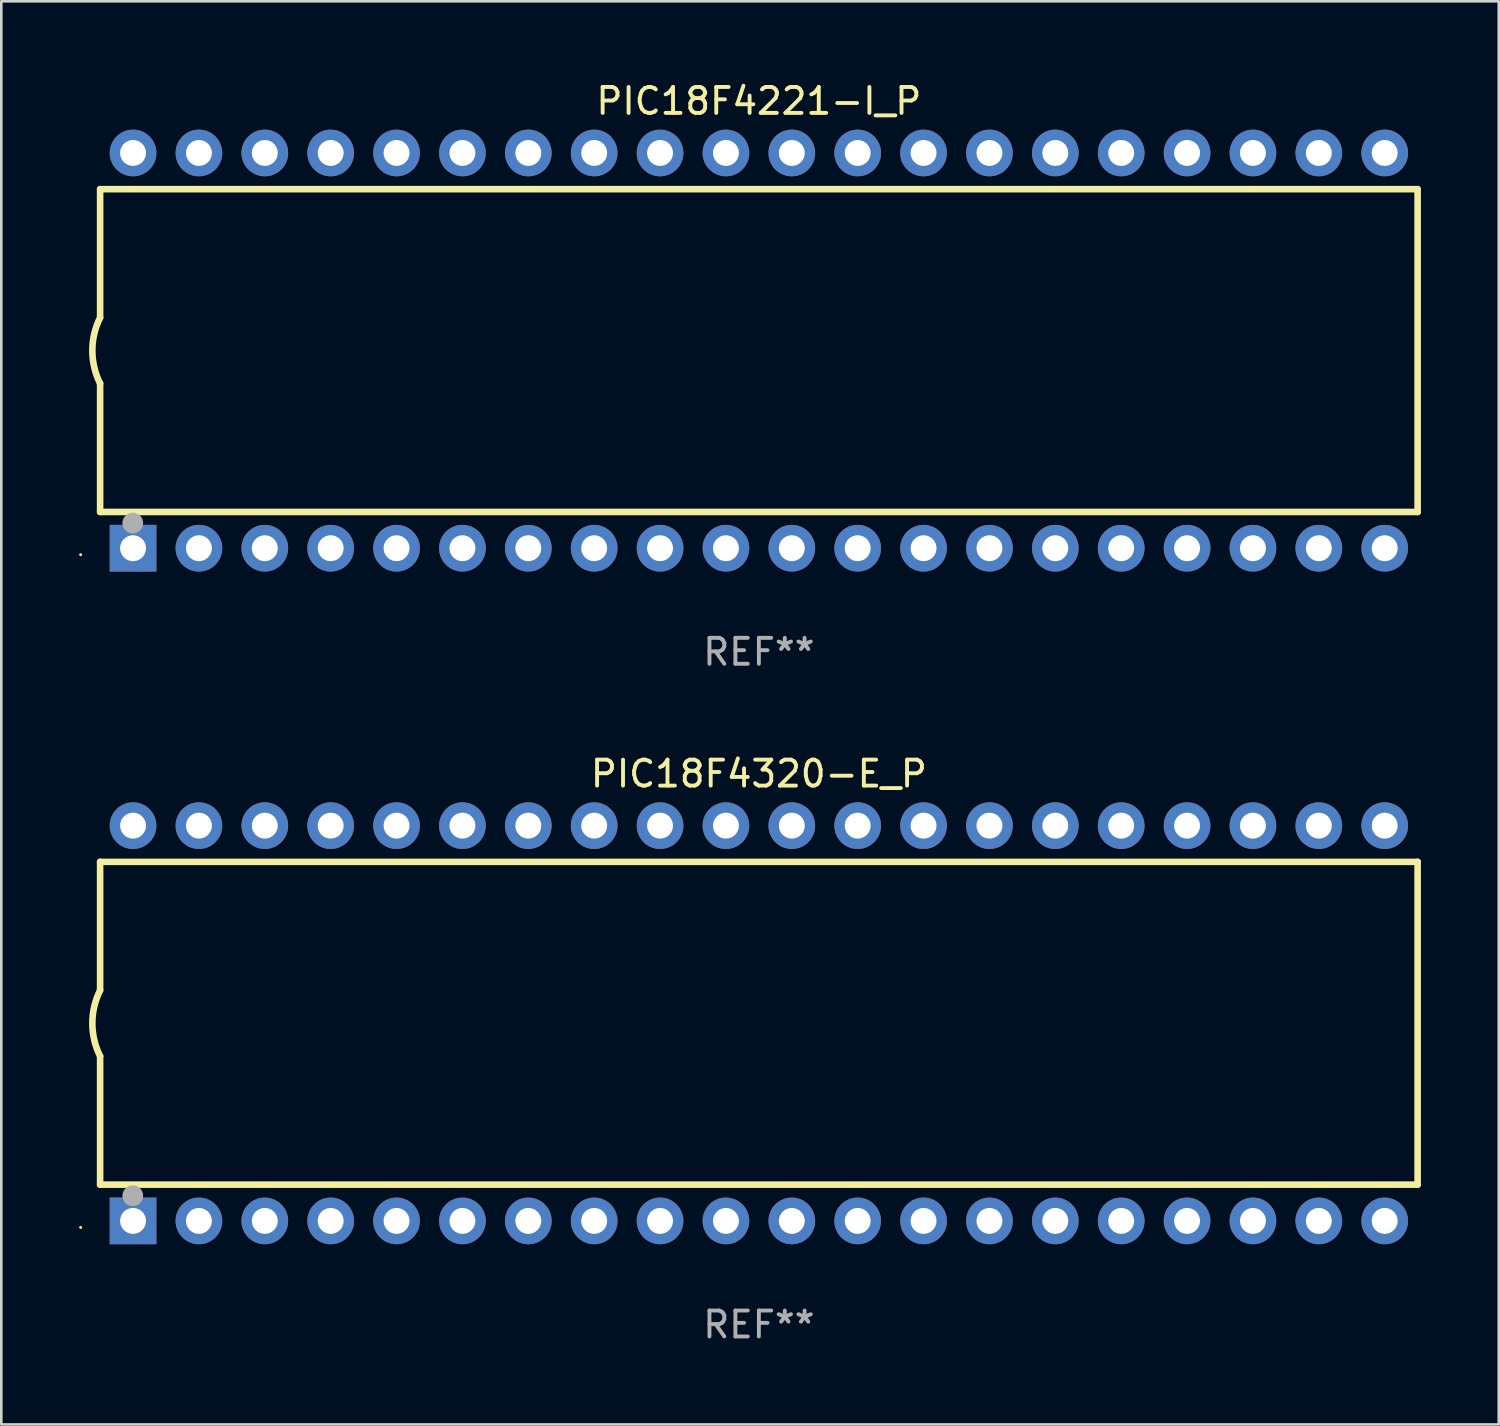
<source format=kicad_pcb>
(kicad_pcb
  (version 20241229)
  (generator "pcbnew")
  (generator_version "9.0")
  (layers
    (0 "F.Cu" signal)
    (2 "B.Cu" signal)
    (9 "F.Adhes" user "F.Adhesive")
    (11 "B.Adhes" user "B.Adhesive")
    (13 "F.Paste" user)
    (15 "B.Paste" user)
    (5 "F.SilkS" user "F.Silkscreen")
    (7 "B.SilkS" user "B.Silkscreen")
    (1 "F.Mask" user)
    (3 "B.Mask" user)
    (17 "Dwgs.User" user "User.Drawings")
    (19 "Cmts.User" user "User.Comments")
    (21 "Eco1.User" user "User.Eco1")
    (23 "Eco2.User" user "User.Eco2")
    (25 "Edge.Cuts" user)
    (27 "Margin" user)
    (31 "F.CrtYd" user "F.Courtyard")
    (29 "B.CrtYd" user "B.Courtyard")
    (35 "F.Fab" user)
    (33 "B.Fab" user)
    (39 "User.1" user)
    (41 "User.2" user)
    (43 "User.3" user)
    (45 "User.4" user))
  (footprint "PIC18F4221-I_P"
    (layer "F.Cu")
    (at 26.21 10.468)
    (property "Reference" "PIC18F4221-I_P" (at 0 -9.62 0) (layer "F.SilkS") (effects (font (size 1 1) (thickness 0.15))))
    (attr through_hole)
    (fp_line (start -25.4 -6.224) (end -25.4 -1.271) (stroke (width 0.254) (type solid)) (layer "F.SilkS"))
    (fp_line (start -25.4 -6.224) (end 25.4 -6.224) (stroke (width 0.254) (type solid)) (layer "F.SilkS"))
    (fp_line (start -25.4 1.269) (end -25.4 6.222) (stroke (width 0.254) (type solid)) (layer "F.SilkS"))
    (fp_line (start -25.4 6.222) (end 25.4 6.222) (stroke (width 0.254) (type solid)) (layer "F.SilkS"))
    (fp_line (start 25.4 6.222) (end 25.4 -6.224) (stroke (width 0.254) (type solid)) (layer "F.SilkS"))
    (fp_arc (start -25.4 1.269241) (mid -25.699807 -0.000762) (end -25.4 -1.270765) (stroke (width 0.254001) (type solid)) (layer "F.SilkS"))
    (fp_circle (center -26.15 7.87) (end -26.12 7.87) (stroke (width 0.06) (type solid)) (fill no) (layer "F.SilkS"))
    (fp_circle (center -24.14 6.65) (end -23.94 6.65) (stroke (width 0.4) (type solid)) (fill no) (layer "F.Fab"))
    (fp_text user "REF**" (at 0 11.62 0) (layer "F.Fab") (effects (font (size 1 1) (thickness 0.15))))
    (pad "1" thru_hole rect (at -24.13 7.62 90) (size 1.8 1.8) (drill 1) (layers "*.Cu" "*.Mask"))
    (pad "2" thru_hole circle (at -21.59 7.62) (size 1.8 1.8) (drill 1) (layers "*.Cu" "*.Mask"))
    (pad "3" thru_hole circle (at -19.05 7.62) (size 1.8 1.8) (drill 1) (layers "*.Cu" "*.Mask"))
    (pad "4" thru_hole circle (at -16.51 7.62) (size 1.8 1.8) (drill 1) (layers "*.Cu" "*.Mask"))
    (pad "5" thru_hole circle (at -13.97 7.62) (size 1.8 1.8) (drill 1) (layers "*.Cu" "*.Mask"))
    (pad "6" thru_hole circle (at -11.43 7.62) (size 1.8 1.8) (drill 1) (layers "*.Cu" "*.Mask"))
    (pad "7" thru_hole circle (at -8.89 7.62) (size 1.8 1.8) (drill 1) (layers "*.Cu" "*.Mask"))
    (pad "8" thru_hole circle (at -6.35 7.62) (size 1.8 1.8) (drill 1) (layers "*.Cu" "*.Mask"))
    (pad "9" thru_hole circle (at -3.81 7.62) (size 1.8 1.8) (drill 1) (layers "*.Cu" "*.Mask"))
    (pad "10" thru_hole circle (at -1.27 7.62) (size 1.8 1.8) (drill 1) (layers "*.Cu" "*.Mask"))
    (pad "11" thru_hole circle (at 1.27 7.62) (size 1.8 1.8) (drill 1) (layers "*.Cu" "*.Mask"))
    (pad "12" thru_hole circle (at 3.81 7.62) (size 1.8 1.8) (drill 1) (layers "*.Cu" "*.Mask"))
    (pad "13" thru_hole circle (at 6.35 7.62) (size 1.8 1.8) (drill 1) (layers "*.Cu" "*.Mask"))
    (pad "14" thru_hole circle (at 8.89 7.62) (size 1.8 1.8) (drill 1) (layers "*.Cu" "*.Mask"))
    (pad "15" thru_hole circle (at 11.43 7.62) (size 1.8 1.8) (drill 1) (layers "*.Cu" "*.Mask"))
    (pad "16" thru_hole circle (at 13.97 7.62) (size 1.8 1.8) (drill 1) (layers "*.Cu" "*.Mask"))
    (pad "17" thru_hole circle (at 16.51 7.62) (size 1.8 1.8) (drill 1) (layers "*.Cu" "*.Mask"))
    (pad "18" thru_hole circle (at 19.05 7.62) (size 1.8 1.8) (drill 1) (layers "*.Cu" "*.Mask"))
    (pad "19" thru_hole circle (at 21.59 7.62) (size 1.8 1.8) (drill 1) (layers "*.Cu" "*.Mask"))
    (pad "20" thru_hole circle (at 24.13 7.62) (size 1.8 1.8) (drill 1) (layers "*.Cu" "*.Mask"))
    (pad "21" thru_hole circle (at 24.13 -7.62) (size 1.8 1.8) (drill 1) (layers "*.Cu" "*.Mask"))
    (pad "22" thru_hole circle (at 21.59 -7.62) (size 1.8 1.8) (drill 1) (layers "*.Cu" "*.Mask"))
    (pad "23" thru_hole circle (at 19.05 -7.62) (size 1.8 1.8) (drill 1) (layers "*.Cu" "*.Mask"))
    (pad "24" thru_hole circle (at 16.51 -7.62) (size 1.8 1.8) (drill 1) (layers "*.Cu" "*.Mask"))
    (pad "25" thru_hole circle (at 13.97 -7.62) (size 1.8 1.8) (drill 1) (layers "*.Cu" "*.Mask"))
    (pad "26" thru_hole circle (at 11.43 -7.62) (size 1.8 1.8) (drill 1) (layers "*.Cu" "*.Mask"))
    (pad "27" thru_hole circle (at 8.89 -7.62) (size 1.8 1.8) (drill 1) (layers "*.Cu" "*.Mask"))
    (pad "28" thru_hole circle (at 6.35 -7.62) (size 1.8 1.8) (drill 1) (layers "*.Cu" "*.Mask"))
    (pad "29" thru_hole circle (at 3.81 -7.62) (size 1.8 1.8) (drill 1) (layers "*.Cu" "*.Mask"))
    (pad "30" thru_hole circle (at 1.27 -7.62) (size 1.8 1.8) (drill 1) (layers "*.Cu" "*.Mask"))
    (pad "31" thru_hole circle (at -1.27 -7.62) (size 1.8 1.8) (drill 1) (layers "*.Cu" "*.Mask"))
    (pad "32" thru_hole circle (at -3.81 -7.62) (size 1.8 1.8) (drill 1) (layers "*.Cu" "*.Mask"))
    (pad "33" thru_hole circle (at -6.35 -7.62) (size 1.8 1.8) (drill 1) (layers "*.Cu" "*.Mask"))
    (pad "34" thru_hole circle (at -8.89 -7.62) (size 1.8 1.8) (drill 1) (layers "*.Cu" "*.Mask"))
    (pad "35" thru_hole circle (at -11.43 -7.62) (size 1.8 1.8) (drill 1) (layers "*.Cu" "*.Mask"))
    (pad "36" thru_hole circle (at -13.97 -7.62) (size 1.8 1.8) (drill 1) (layers "*.Cu" "*.Mask"))
    (pad "37" thru_hole circle (at -16.51 -7.62) (size 1.8 1.8) (drill 1) (layers "*.Cu" "*.Mask"))
    (pad "38" thru_hole circle (at -19.05 -7.62) (size 1.8 1.8) (drill 1) (layers "*.Cu" "*.Mask"))
    (pad "39" thru_hole circle (at -21.59 -7.62) (size 1.8 1.8) (drill 1) (layers "*.Cu" "*.Mask"))
    (pad "40" thru_hole circle (at -24.13 -7.62) (size 1.8 1.8) (drill 1) (layers "*.Cu" "*.Mask")))
  (footprint "PIC18F4320-E_P"
    (layer "F.Cu")
    (at 26.21 36.405)
    (property "Reference" "PIC18F4320-E_P" (at 0 -9.62 0) (layer "F.SilkS") (effects (font (size 1 1) (thickness 0.15))))
    (attr through_hole)
    (fp_line (start -25.4 -6.224) (end -25.4 -1.271) (stroke (width 0.254) (type solid)) (layer "F.SilkS"))
    (fp_line (start -25.4 -6.224) (end 25.4 -6.224) (stroke (width 0.254) (type solid)) (layer "F.SilkS"))
    (fp_line (start -25.4 1.269) (end -25.4 6.222) (stroke (width 0.254) (type solid)) (layer "F.SilkS"))
    (fp_line (start -25.4 6.222) (end 25.4 6.222) (stroke (width 0.254) (type solid)) (layer "F.SilkS"))
    (fp_line (start 25.4 6.222) (end 25.4 -6.224) (stroke (width 0.254) (type solid)) (layer "F.SilkS"))
    (fp_arc (start -25.4 1.269241) (mid -25.699807 -0.000762) (end -25.4 -1.270765) (stroke (width 0.254001) (type solid)) (layer "F.SilkS"))
    (fp_circle (center -26.15 7.87) (end -26.12 7.87) (stroke (width 0.06) (type solid)) (fill no) (layer "F.SilkS"))
    (fp_circle (center -24.14 6.65) (end -23.94 6.65) (stroke (width 0.4) (type solid)) (fill no) (layer "F.Fab"))
    (fp_text user "REF**" (at 0 11.62 0) (layer "F.Fab") (effects (font (size 1 1) (thickness 0.15))))
    (pad "1" thru_hole rect (at -24.13 7.62 90) (size 1.8 1.8) (drill 1) (layers "*.Cu" "*.Mask"))
    (pad "2" thru_hole circle (at -21.59 7.62) (size 1.8 1.8) (drill 1) (layers "*.Cu" "*.Mask"))
    (pad "3" thru_hole circle (at -19.05 7.62) (size 1.8 1.8) (drill 1) (layers "*.Cu" "*.Mask"))
    (pad "4" thru_hole circle (at -16.51 7.62) (size 1.8 1.8) (drill 1) (layers "*.Cu" "*.Mask"))
    (pad "5" thru_hole circle (at -13.97 7.62) (size 1.8 1.8) (drill 1) (layers "*.Cu" "*.Mask"))
    (pad "6" thru_hole circle (at -11.43 7.62) (size 1.8 1.8) (drill 1) (layers "*.Cu" "*.Mask"))
    (pad "7" thru_hole circle (at -8.89 7.62) (size 1.8 1.8) (drill 1) (layers "*.Cu" "*.Mask"))
    (pad "8" thru_hole circle (at -6.35 7.62) (size 1.8 1.8) (drill 1) (layers "*.Cu" "*.Mask"))
    (pad "9" thru_hole circle (at -3.81 7.62) (size 1.8 1.8) (drill 1) (layers "*.Cu" "*.Mask"))
    (pad "10" thru_hole circle (at -1.27 7.62) (size 1.8 1.8) (drill 1) (layers "*.Cu" "*.Mask"))
    (pad "11" thru_hole circle (at 1.27 7.62) (size 1.8 1.8) (drill 1) (layers "*.Cu" "*.Mask"))
    (pad "12" thru_hole circle (at 3.81 7.62) (size 1.8 1.8) (drill 1) (layers "*.Cu" "*.Mask"))
    (pad "13" thru_hole circle (at 6.35 7.62) (size 1.8 1.8) (drill 1) (layers "*.Cu" "*.Mask"))
    (pad "14" thru_hole circle (at 8.89 7.62) (size 1.8 1.8) (drill 1) (layers "*.Cu" "*.Mask"))
    (pad "15" thru_hole circle (at 11.43 7.62) (size 1.8 1.8) (drill 1) (layers "*.Cu" "*.Mask"))
    (pad "16" thru_hole circle (at 13.97 7.62) (size 1.8 1.8) (drill 1) (layers "*.Cu" "*.Mask"))
    (pad "17" thru_hole circle (at 16.51 7.62) (size 1.8 1.8) (drill 1) (layers "*.Cu" "*.Mask"))
    (pad "18" thru_hole circle (at 19.05 7.62) (size 1.8 1.8) (drill 1) (layers "*.Cu" "*.Mask"))
    (pad "19" thru_hole circle (at 21.59 7.62) (size 1.8 1.8) (drill 1) (layers "*.Cu" "*.Mask"))
    (pad "20" thru_hole circle (at 24.13 7.62) (size 1.8 1.8) (drill 1) (layers "*.Cu" "*.Mask"))
    (pad "21" thru_hole circle (at 24.13 -7.62) (size 1.8 1.8) (drill 1) (layers "*.Cu" "*.Mask"))
    (pad "22" thru_hole circle (at 21.59 -7.62) (size 1.8 1.8) (drill 1) (layers "*.Cu" "*.Mask"))
    (pad "23" thru_hole circle (at 19.05 -7.62) (size 1.8 1.8) (drill 1) (layers "*.Cu" "*.Mask"))
    (pad "24" thru_hole circle (at 16.51 -7.62) (size 1.8 1.8) (drill 1) (layers "*.Cu" "*.Mask"))
    (pad "25" thru_hole circle (at 13.97 -7.62) (size 1.8 1.8) (drill 1) (layers "*.Cu" "*.Mask"))
    (pad "26" thru_hole circle (at 11.43 -7.62) (size 1.8 1.8) (drill 1) (layers "*.Cu" "*.Mask"))
    (pad "27" thru_hole circle (at 8.89 -7.62) (size 1.8 1.8) (drill 1) (layers "*.Cu" "*.Mask"))
    (pad "28" thru_hole circle (at 6.35 -7.62) (size 1.8 1.8) (drill 1) (layers "*.Cu" "*.Mask"))
    (pad "29" thru_hole circle (at 3.81 -7.62) (size 1.8 1.8) (drill 1) (layers "*.Cu" "*.Mask"))
    (pad "30" thru_hole circle (at 1.27 -7.62) (size 1.8 1.8) (drill 1) (layers "*.Cu" "*.Mask"))
    (pad "31" thru_hole circle (at -1.27 -7.62) (size 1.8 1.8) (drill 1) (layers "*.Cu" "*.Mask"))
    (pad "32" thru_hole circle (at -3.81 -7.62) (size 1.8 1.8) (drill 1) (layers "*.Cu" "*.Mask"))
    (pad "33" thru_hole circle (at -6.35 -7.62) (size 1.8 1.8) (drill 1) (layers "*.Cu" "*.Mask"))
    (pad "34" thru_hole circle (at -8.89 -7.62) (size 1.8 1.8) (drill 1) (layers "*.Cu" "*.Mask"))
    (pad "35" thru_hole circle (at -11.43 -7.62) (size 1.8 1.8) (drill 1) (layers "*.Cu" "*.Mask"))
    (pad "36" thru_hole circle (at -13.97 -7.62) (size 1.8 1.8) (drill 1) (layers "*.Cu" "*.Mask"))
    (pad "37" thru_hole circle (at -16.51 -7.62) (size 1.8 1.8) (drill 1) (layers "*.Cu" "*.Mask"))
    (pad "38" thru_hole circle (at -19.05 -7.62) (size 1.8 1.8) (drill 1) (layers "*.Cu" "*.Mask"))
    (pad "39" thru_hole circle (at -21.59 -7.62) (size 1.8 1.8) (drill 1) (layers "*.Cu" "*.Mask"))
    (pad "40" thru_hole circle (at -24.13 -7.62) (size 1.8 1.8) (drill 1) (layers "*.Cu" "*.Mask")))
  (gr_rect
    (start -3 -3)
    (end 54.737 51.873)
    (stroke (width 0.1) (type default))
    (fill no)
    (layer "Edge.Cuts")))
</source>
